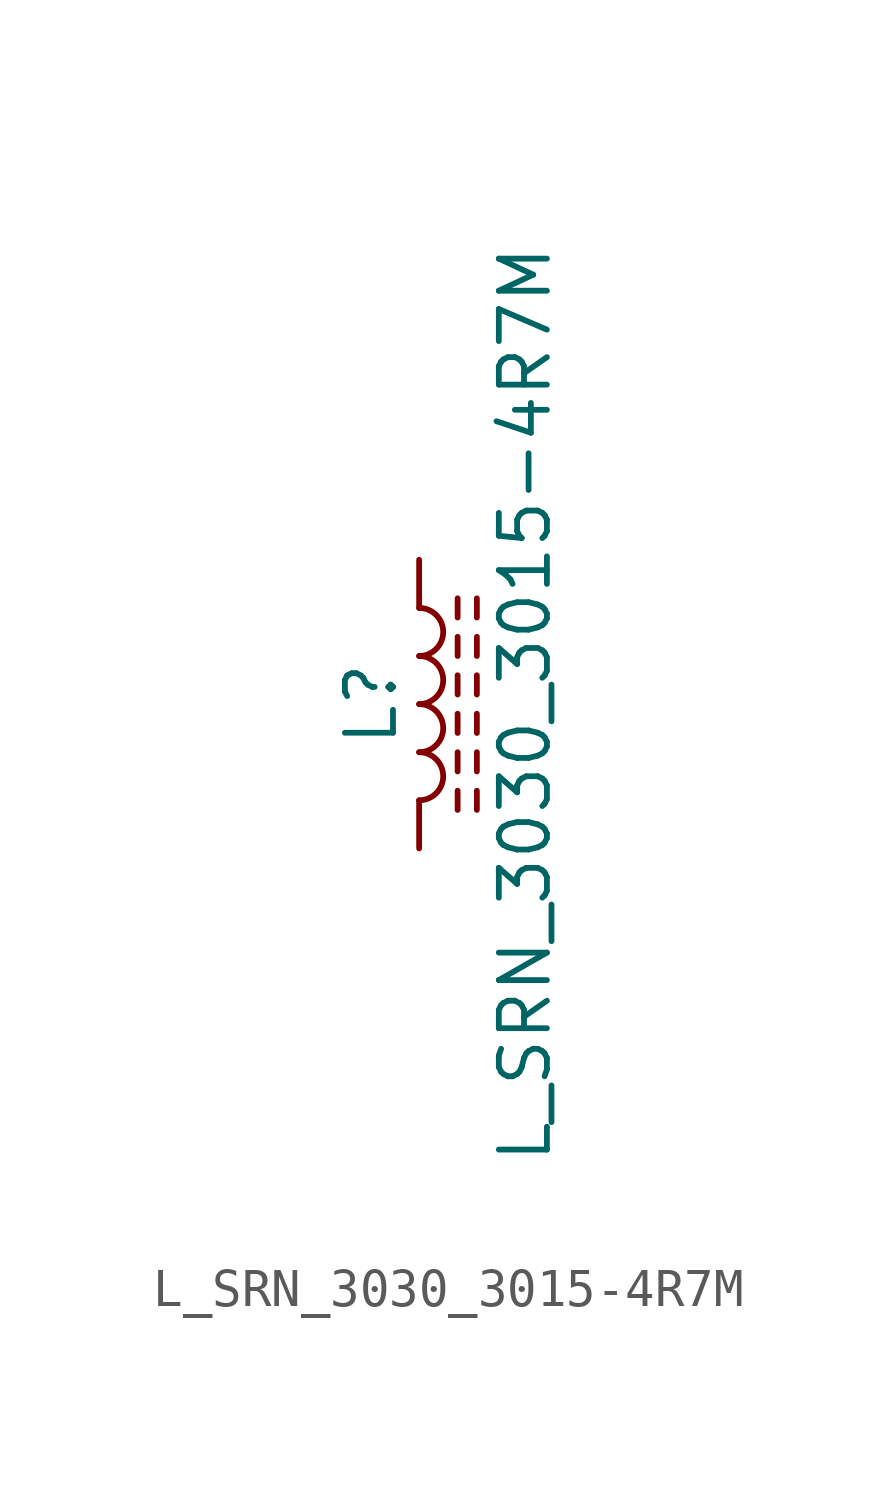
<source format=kicad_sym>
(kicad_symbol_lib
  (version 20211014)
  (generator kicad_symbol_editor)
  (symbol "L_SRN_3030_3015-4R7M"
    (pin_numbers hide)
    (pin_names
      (offset 1.016) hide)
    (property "Reference" "L"
      (at -1.27 0 90)
      (effects (font (size 1.27 1.27))))
    (property "Value" "L_SRN_3030_3015-4R7M"
      (at 2.794 0 90)
      (effects (font (size 1.27 1.27))))
    (symbol "L_SRN_3030_3015-4R7M_0_1"
      (arc (start 0 -2.54) (mid 0.635 -1.905) (end 0 -1.27) (stroke (width 0) (type default) (color 0 0 0 0)) (fill (type none)))
      (arc (start 0 -1.27) (mid 0.635 -0.635) (end 0 0) (stroke (width 0) (type default) (color 0 0 0 0)) (fill (type none)))
      (polyline (pts (xy 1.016 -2.794) (xy 1.016 -2.286)) (stroke (width 0) (type default) (color 0 0 0 0)) (fill (type none)))
      (polyline (pts (xy 1.016 -1.778) (xy 1.016 -1.27)) (stroke (width 0) (type default) (color 0 0 0 0)) (fill (type none)))
      (polyline (pts (xy 1.016 -0.762) (xy 1.016 -0.254)) (stroke (width 0) (type default) (color 0 0 0 0)) (fill (type none)))
      (polyline (pts (xy 1.016 0.254) (xy 1.016 0.762)) (stroke (width 0) (type default) (color 0 0 0 0)) (fill (type none)))
      (polyline (pts (xy 1.016 1.27) (xy 1.016 1.778)) (stroke (width 0) (type default) (color 0 0 0 0)) (fill (type none)))
      (polyline (pts (xy 1.016 2.286) (xy 1.016 2.794)) (stroke (width 0) (type default) (color 0 0 0 0)) (fill (type none)))
      (polyline (pts (xy 1.524 -2.286) (xy 1.524 -2.794)) (stroke (width 0) (type default) (color 0 0 0 0)) (fill (type none)))
      (polyline (pts (xy 1.524 -1.27) (xy 1.524 -1.778)) (stroke (width 0) (type default) (color 0 0 0 0)) (fill (type none)))
      (polyline (pts (xy 1.524 -0.254) (xy 1.524 -0.762)) (stroke (width 0) (type default) (color 0 0 0 0)) (fill (type none)))
      (polyline (pts (xy 1.524 0.762) (xy 1.524 0.254)) (stroke (width 0) (type default) (color 0 0 0 0)) (fill (type none)))
      (polyline (pts (xy 1.524 1.778) (xy 1.524 1.27)) (stroke (width 0) (type default) (color 0 0 0 0)) (fill (type none)))
      (polyline (pts (xy 1.524 2.794) (xy 1.524 2.286)) (stroke (width 0) (type default) (color 0 0 0 0)) (fill (type none)))
      (arc (start 0 0) (mid 0.635 0.635) (end 0 1.27) (stroke (width 0) (type default) (color 0 0 0 0)) (fill (type none)))
      (arc (start 0 1.27) (mid 0.635 1.905) (end 0 2.54) (stroke (width 0) (type default) (color 0 0 0 0)) (fill (type none))))
    (symbol "L_SRN_3030_3015-4R7M_1_1"
      (pin passive line (at 0 3.81 270) (length 1.27) (name "1" (effects (font (size 1.27 1.27)))) (number "1" (effects (font (size 1.27 1.27)))))
      (pin passive line (at 0 -3.81 90) (length 1.27) (name "2" (effects (font (size 1.27 1.27)))) (number "2" (effects (font (size 1.27 1.27))))))))
</source>
